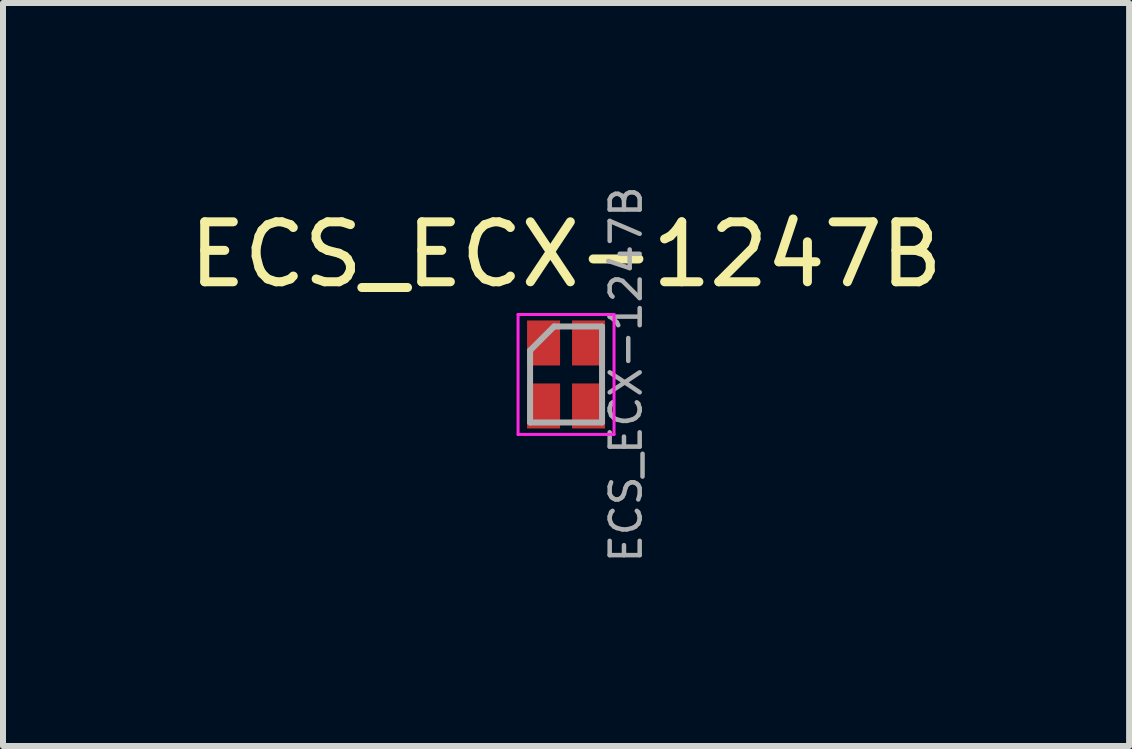
<source format=kicad_pcb>
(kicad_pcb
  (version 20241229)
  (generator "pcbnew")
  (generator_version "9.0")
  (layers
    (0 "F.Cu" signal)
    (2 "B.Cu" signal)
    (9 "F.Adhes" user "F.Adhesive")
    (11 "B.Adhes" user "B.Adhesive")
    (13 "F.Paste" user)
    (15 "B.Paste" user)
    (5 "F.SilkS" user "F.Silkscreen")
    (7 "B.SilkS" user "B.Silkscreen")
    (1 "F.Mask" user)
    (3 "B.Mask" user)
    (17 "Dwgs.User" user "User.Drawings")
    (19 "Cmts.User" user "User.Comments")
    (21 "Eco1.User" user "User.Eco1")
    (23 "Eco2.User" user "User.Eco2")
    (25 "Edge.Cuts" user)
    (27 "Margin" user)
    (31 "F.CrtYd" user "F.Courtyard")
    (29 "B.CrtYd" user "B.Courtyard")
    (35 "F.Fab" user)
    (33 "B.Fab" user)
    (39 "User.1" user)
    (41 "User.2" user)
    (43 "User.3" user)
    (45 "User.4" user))
  (footprint "ECS_ECX-1247B"
    (layer "F.Cu")
    (at 6.387 3.193)
    (property "Reference" "ECS_ECX-1247B" (at 0 -2 0) (layer "F.SilkS") (effects (font (size 1 1) (thickness 0.15))))
    (attr smd)
    (fp_line (start -0.8 -1) (end -0.8 1) (stroke (width 0.05) (type solid)) (layer "F.CrtYd"))
    (fp_line (start -0.8 1) (end 0.8 1) (stroke (width 0.05) (type solid)) (layer "F.CrtYd"))
    (fp_line (start 0.8 -1) (end -0.8 -1) (stroke (width 0.05) (type solid)) (layer "F.CrtYd"))
    (fp_line (start 0.8 1) (end 0.8 -1) (stroke (width 0.05) (type solid)) (layer "F.CrtYd"))
    (fp_line (start -0.6 0.8) (end -0.6 -0.4) (stroke (width 0.1) (type solid)) (layer "F.Fab"))
    (fp_line (start -0.2 -0.8) (end -0.6 -0.4) (stroke (width 0.1) (type solid)) (layer "F.Fab"))
    (fp_line (start -0.2 -0.8) (end 0.6 -0.8) (stroke (width 0.1) (type solid)) (layer "F.Fab"))
    (fp_line (start 0.6 -0.8) (end 0.6 0.8) (stroke (width 0.1) (type solid)) (layer "F.Fab"))
    (fp_line (start 0.6 0.8) (end -0.6 0.8) (stroke (width 0.1) (type solid)) (layer "F.Fab"))
    (fp_text user "${REFERENCE}" (at 1 0 270) (layer "F.Fab") (effects (font (size 0.5 0.5) (thickness 0.075))))
    (pad "1" smd rect (at -0.375 -0.525 270) (size 0.75 0.55) (layers "F.Cu" "F.Mask" "F.Paste"))
    (pad "2" smd rect (at -0.375 0.525 270) (size 0.75 0.55) (layers "F.Cu" "F.Mask" "F.Paste"))
    (pad "3" smd rect (at 0.375 0.525 270) (size 0.75 0.55) (layers "F.Cu" "F.Mask" "F.Paste"))
    (pad "4" smd rect (at 0.375 -0.525 270) (size 0.75 0.55) (layers "F.Cu" "F.Mask" "F.Paste")))
  (gr_rect
    (start -3 -3)
    (end 15.774 9.387)
    (stroke (width 0.1) (type default))
    (fill no)
    (layer "Edge.Cuts")))
</source>
